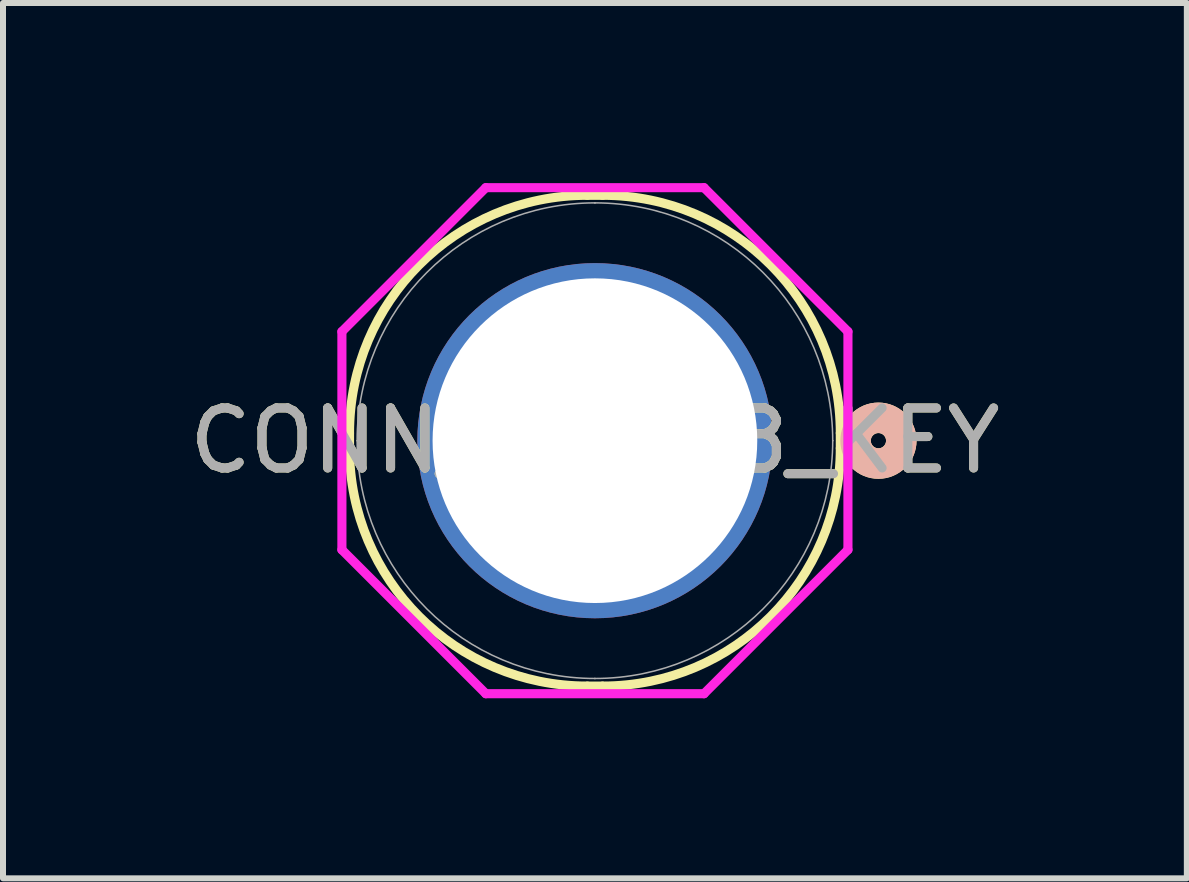
<source format=kicad_pcb>
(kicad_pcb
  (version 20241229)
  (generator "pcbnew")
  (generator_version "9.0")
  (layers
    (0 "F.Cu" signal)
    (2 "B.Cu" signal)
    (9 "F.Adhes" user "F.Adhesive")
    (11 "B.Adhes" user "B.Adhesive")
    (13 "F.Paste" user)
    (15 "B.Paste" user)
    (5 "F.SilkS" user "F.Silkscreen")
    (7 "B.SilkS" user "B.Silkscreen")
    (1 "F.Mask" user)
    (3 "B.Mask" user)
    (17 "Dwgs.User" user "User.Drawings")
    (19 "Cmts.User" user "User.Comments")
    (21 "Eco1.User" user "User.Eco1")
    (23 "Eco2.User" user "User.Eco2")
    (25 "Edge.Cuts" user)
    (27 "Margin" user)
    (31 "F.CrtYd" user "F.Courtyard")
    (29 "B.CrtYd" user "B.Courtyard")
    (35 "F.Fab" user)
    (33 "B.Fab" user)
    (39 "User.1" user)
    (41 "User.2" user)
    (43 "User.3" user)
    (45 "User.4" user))
  (footprint "CONN_575-8_KEY"
    (layer "F.Cu")
    (at 6.863 4.293)
    (property "Reference" "CONN_575-8_KEY" (at 0 0 0) (unlocked yes) (layer "F.SilkS") (effects (font (size 1 1) (thickness 0.15))))
    (attr through_hole)
    (fp_line (start -4.089 -0.127) (end -4.089 0.127) (stroke (width 0.152) (type solid)) (layer "F.SilkS"))
    (fp_line (start -0.127 4.089) (end 0.127 4.089) (stroke (width 0.152) (type solid)) (layer "F.SilkS"))
    (fp_line (start 0.127 -4.089) (end -0.127 -4.089) (stroke (width 0.152) (type solid)) (layer "F.SilkS"))
    (fp_line (start 4.089 0.127) (end 4.089 -0.127) (stroke (width 0.152) (type solid)) (layer "F.SilkS"))
    (fp_arc (start -4.0894 -0.127) (mid -2.92884 -2.92884) (end -0.127 -4.0894) (stroke (width 0.1524) (type solid)) (layer "F.SilkS"))
    (fp_arc (start -0.127 4.0894) (mid -2.92884 2.92884) (end -4.0894 0.127) (stroke (width 0.1524) (type solid)) (layer "F.SilkS"))
    (fp_arc (start 0.127 -4.0894) (mid 2.92884 -2.92884) (end 4.0894 -0.127) (stroke (width 0.1524) (type solid)) (layer "F.SilkS"))
    (fp_arc (start 4.0894 0.127) (mid 2.92884 2.92884) (end 0.127 4.0894) (stroke (width 0.1524) (type solid)) (layer "F.SilkS"))
    (fp_circle (center 4.724 0) (end 5.105 0) (stroke (width 0.508) (type solid)) (fill no) (layer "F.SilkS"))
    (fp_circle (center 4.724 0) (end 5.105 0) (stroke (width 0.508) (type solid)) (fill no) (layer "B.SilkS"))
    (fp_line (start -4.216 1.818) (end -4.216 -1.818) (stroke (width 0.152) (type solid)) (layer "F.CrtYd"))
    (fp_line (start -4.216 1.818) (end -1.818 4.216) (stroke (width 0.152) (type solid)) (layer "F.CrtYd"))
    (fp_line (start -1.818 -4.216) (end -4.216 -1.818) (stroke (width 0.152) (type solid)) (layer "F.CrtYd"))
    (fp_line (start -1.818 -4.216) (end 1.818 -4.216) (stroke (width 0.152) (type solid)) (layer "F.CrtYd"))
    (fp_line (start 1.818 4.216) (end -1.818 4.216) (stroke (width 0.152) (type solid)) (layer "F.CrtYd"))
    (fp_line (start 1.818 4.216) (end 4.216 1.818) (stroke (width 0.152) (type solid)) (layer "F.CrtYd"))
    (fp_line (start 4.216 -1.818) (end 1.818 -4.216) (stroke (width 0.152) (type solid)) (layer "F.CrtYd"))
    (fp_line (start 4.216 1.818) (end 4.216 -1.818) (stroke (width 0.152) (type solid)) (layer "F.CrtYd"))
    (fp_line (start -3.962 0) (end -3.962 0) (stroke (width 0.025) (type solid)) (layer "F.Fab"))
    (fp_line (start 0 -3.962) (end 0 -3.962) (stroke (width 0.025) (type solid)) (layer "F.Fab"))
    (fp_line (start 0 3.962) (end 0 3.962) (stroke (width 0.025) (type solid)) (layer "F.Fab"))
    (fp_line (start 3.962 0) (end 3.962 0) (stroke (width 0.025) (type solid)) (layer "F.Fab"))
    (fp_arc (start -3.9624 0) (mid -2.80184 -2.80184) (end 0 -3.9624) (stroke (width 0.0254) (type solid)) (layer "F.Fab"))
    (fp_arc (start 0 -3.9624) (mid 2.80184 -2.80184) (end 3.9624 0) (stroke (width 0.0254) (type solid)) (layer "F.Fab"))
    (fp_arc (start 0 3.9624) (mid -2.80184 2.80184) (end -3.9624 0) (stroke (width 0.0254) (type solid)) (layer "F.Fab"))
    (fp_arc (start 3.9624 0) (mid 2.80184 2.80184) (end 0 3.9624) (stroke (width 0.0254) (type solid)) (layer "F.Fab"))
    (fp_circle (center 0 -1.905) (end 0.381 -1.905) (stroke (width 0.508) (type solid)) (fill no) (layer "F.Fab"))
    (fp_text user "${REFERENCE}" (at 0 0 0) (unlocked yes) (layer "F.Fab") (effects (font (size 1 1) (thickness 0.15))))
    (pad "1" thru_hole circle (at 0 0) (size 5.918 5.918) (drill 5.41) (layers "*.Cu" "*.Mask")))
  (gr_rect
    (start -3 -3)
    (end 16.726 11.585)
    (stroke (width 0.1) (type default))
    (fill no)
    (layer "Edge.Cuts")))
</source>
